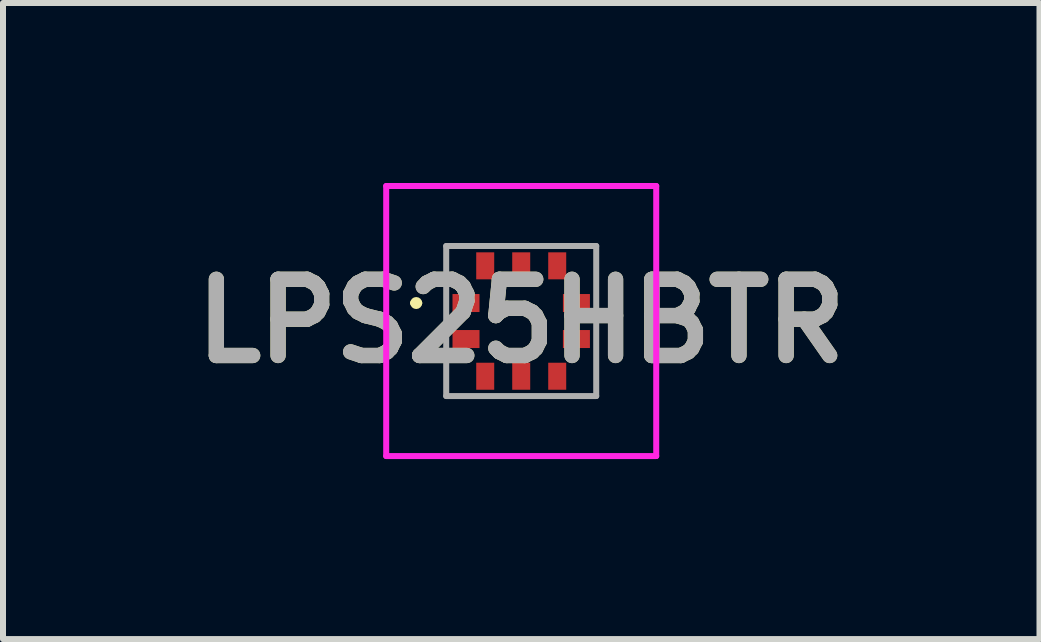
<source format=kicad_pcb>
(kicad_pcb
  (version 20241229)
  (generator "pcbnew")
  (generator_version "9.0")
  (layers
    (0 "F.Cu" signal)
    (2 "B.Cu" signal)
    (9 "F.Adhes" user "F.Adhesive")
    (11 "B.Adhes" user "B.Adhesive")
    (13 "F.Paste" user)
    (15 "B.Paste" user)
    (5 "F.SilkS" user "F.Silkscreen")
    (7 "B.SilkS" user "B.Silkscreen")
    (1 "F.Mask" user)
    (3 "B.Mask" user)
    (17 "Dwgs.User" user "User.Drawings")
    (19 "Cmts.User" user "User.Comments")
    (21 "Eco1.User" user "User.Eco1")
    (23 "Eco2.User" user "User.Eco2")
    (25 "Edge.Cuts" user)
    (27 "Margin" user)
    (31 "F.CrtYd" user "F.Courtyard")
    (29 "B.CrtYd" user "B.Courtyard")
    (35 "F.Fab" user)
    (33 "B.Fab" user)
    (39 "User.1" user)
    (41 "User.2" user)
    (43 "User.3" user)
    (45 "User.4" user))
  (footprint "LPS25HBTR"
    (layer "F.Cu")
    (at 5.636 2.3)
    (property "Reference" "LPS25HBTR" (at 0 0 0) (layer "F.SilkS") (effects (font (size 1.27 1.27) (thickness 0.254))))
    (attr smd)
    (fp_line (start -1.8 -0.3) (end -1.8 -0.3) (stroke (width 0.1) (type solid)) (layer "F.SilkS"))
    (fp_line (start -1.7 -0.3) (end -1.7 -0.3) (stroke (width 0.1) (type solid)) (layer "F.SilkS"))
    (fp_arc (start -1.8 -0.3) (mid -1.75 -0.35) (end -1.7 -0.3) (stroke (width 0.1) (type solid)) (layer "F.SilkS"))
    (fp_arc (start -1.7 -0.3) (mid -1.75 -0.25) (end -1.8 -0.3) (stroke (width 0.1) (type solid)) (layer "F.SilkS"))
    (fp_line (start -2.25 -2.25) (end 2.25 -2.25) (stroke (width 0.1) (type solid)) (layer "F.CrtYd"))
    (fp_line (start -2.25 2.25) (end -2.25 -2.25) (stroke (width 0.1) (type solid)) (layer "F.CrtYd"))
    (fp_line (start 2.25 -2.25) (end 2.25 2.25) (stroke (width 0.1) (type solid)) (layer "F.CrtYd"))
    (fp_line (start 2.25 2.25) (end -2.25 2.25) (stroke (width 0.1) (type solid)) (layer "F.CrtYd"))
    (fp_line (start -1.25 -1.25) (end 1.25 -1.25) (stroke (width 0.1) (type solid)) (layer "F.Fab"))
    (fp_line (start -1.25 1.25) (end -1.25 -1.25) (stroke (width 0.1) (type solid)) (layer "F.Fab"))
    (fp_line (start 1.25 -1.25) (end 1.25 1.25) (stroke (width 0.1) (type solid)) (layer "F.Fab"))
    (fp_line (start 1.25 1.25) (end -1.25 1.25) (stroke (width 0.1) (type solid)) (layer "F.Fab"))
    (fp_text user "${REFERENCE}" (at 0 0 0) (layer "F.Fab") (effects (font (size 1.27 1.27) (thickness 0.254))))
    (pad "1" smd rect (at -0.92 -0.3 90) (size 0.3 0.45) (layers "F.Cu" "F.Mask" "F.Paste"))
    (pad "2" smd rect (at -0.92 0.3 90) (size 0.3 0.45) (layers "F.Cu" "F.Mask" "F.Paste"))
    (pad "3" smd rect (at -0.6 0.92) (size 0.3 0.45) (layers "F.Cu" "F.Mask" "F.Paste"))
    (pad "4" smd rect (at 0 0.92) (size 0.3 0.45) (layers "F.Cu" "F.Mask" "F.Paste"))
    (pad "5" smd rect (at 0.6 0.92) (size 0.3 0.45) (layers "F.Cu" "F.Mask" "F.Paste"))
    (pad "6" smd rect (at 0.92 0.3 90) (size 0.3 0.45) (layers "F.Cu" "F.Mask" "F.Paste"))
    (pad "7" smd rect (at 0.92 -0.3 90) (size 0.3 0.45) (layers "F.Cu" "F.Mask" "F.Paste"))
    (pad "8" smd rect (at 0.6 -0.92) (size 0.3 0.45) (layers "F.Cu" "F.Mask" "F.Paste"))
    (pad "9" smd rect (at 0 -0.92) (size 0.3 0.45) (layers "F.Cu" "F.Mask" "F.Paste"))
    (pad "10" smd rect (at -0.6 -0.92) (size 0.3 0.45) (layers "F.Cu" "F.Mask" "F.Paste")))
  (gr_rect
    (start -3 -3)
    (end 14.273 7.6)
    (stroke (width 0.1) (type default))
    (fill no)
    (layer "Edge.Cuts")))
</source>
